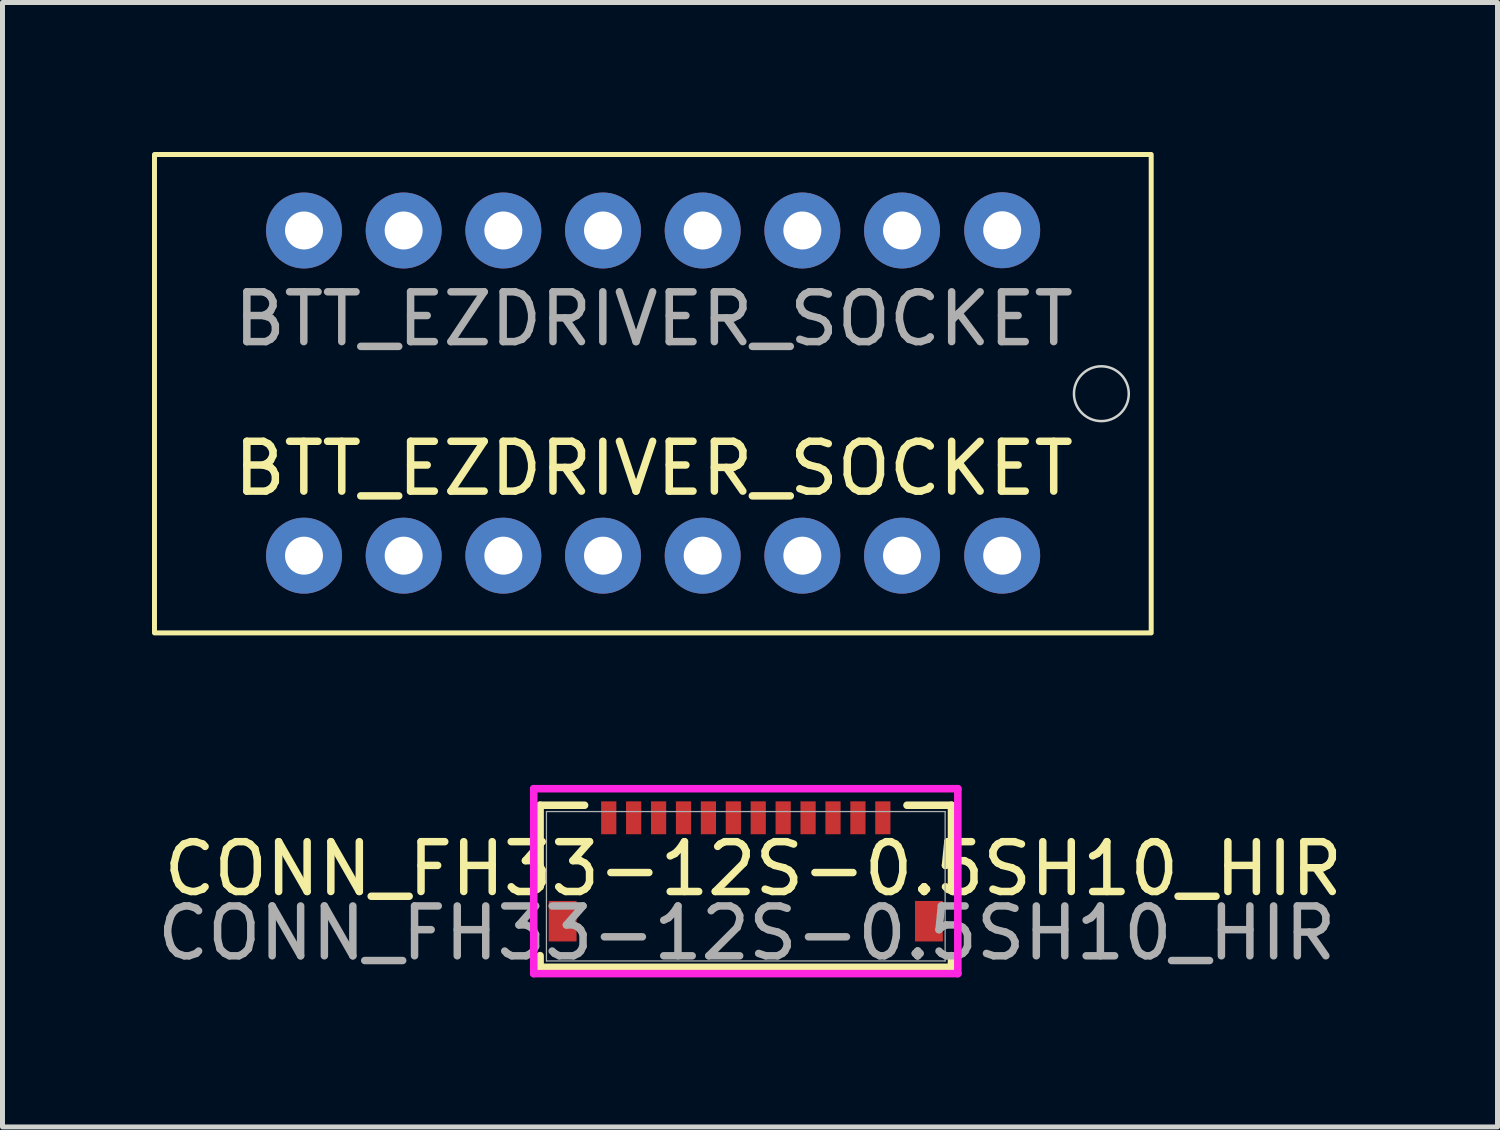
<source format=kicad_pcb>
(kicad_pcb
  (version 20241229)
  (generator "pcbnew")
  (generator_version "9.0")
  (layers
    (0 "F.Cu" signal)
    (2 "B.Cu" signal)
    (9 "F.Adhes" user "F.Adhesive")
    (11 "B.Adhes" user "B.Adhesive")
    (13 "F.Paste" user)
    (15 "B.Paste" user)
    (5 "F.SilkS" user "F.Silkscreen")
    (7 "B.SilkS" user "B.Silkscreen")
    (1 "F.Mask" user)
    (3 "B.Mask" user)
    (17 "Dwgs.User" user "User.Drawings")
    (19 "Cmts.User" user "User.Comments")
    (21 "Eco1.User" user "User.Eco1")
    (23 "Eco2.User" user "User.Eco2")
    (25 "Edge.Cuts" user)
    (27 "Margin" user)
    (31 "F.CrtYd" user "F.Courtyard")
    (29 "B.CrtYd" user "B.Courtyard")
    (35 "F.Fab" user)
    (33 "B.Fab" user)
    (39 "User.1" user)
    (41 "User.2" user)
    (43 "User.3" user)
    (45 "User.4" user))
  (footprint "CONN_FH33-12S-0.5SH10_HIR"
    (layer "F.Cu")
    (at 11.915 14.734)
    (property "Reference" "CONN_FH33-12S-0.5SH10_HIR" (at 0.15 -0.35 0) (unlocked yes) (layer "F.SilkS") (effects (font (size 1 1) (thickness 0.15))))
    (attr smd)
    (fp_line (start -4.128 -1.626) (end -4.128 0.011) (stroke (width 0.152) (type solid)) (layer "F.SilkS"))
    (fp_line (start -4.128 1.392) (end -4.128 1.626) (stroke (width 0.152) (type solid)) (layer "F.SilkS"))
    (fp_line (start -4.128 1.626) (end 4.128 1.626) (stroke (width 0.152) (type solid)) (layer "F.SilkS"))
    (fp_line (start -3.235 -1.626) (end -4.128 -1.626) (stroke (width 0.152) (type solid)) (layer "F.SilkS"))
    (fp_line (start 4.128 -1.626) (end 3.235 -1.626) (stroke (width 0.152) (type solid)) (layer "F.SilkS"))
    (fp_line (start 4.128 0.011) (end 4.128 -1.626) (stroke (width 0.152) (type solid)) (layer "F.SilkS"))
    (fp_line (start 4.128 1.626) (end 4.128 1.392) (stroke (width 0.152) (type solid)) (layer "F.SilkS"))
    (fp_line (start -4.255 -1.958) (end -4.255 1.753) (stroke (width 0.152) (type solid)) (layer "F.CrtYd"))
    (fp_line (start -4.255 1.753) (end 4.255 1.753) (stroke (width 0.152) (type solid)) (layer "F.CrtYd"))
    (fp_line (start 4.255 -1.958) (end -4.255 -1.958) (stroke (width 0.152) (type solid)) (layer "F.CrtYd"))
    (fp_line (start 4.255 1.753) (end 4.255 -1.958) (stroke (width 0.152) (type solid)) (layer "F.CrtYd"))
    (fp_line (start -4 -1.499) (end -4 1.499) (stroke (width 0.025) (type solid)) (layer "F.Fab"))
    (fp_line (start -4 1.499) (end 4 1.499) (stroke (width 0.025) (type solid)) (layer "F.Fab"))
    (fp_line (start 4 -1.499) (end -4 -1.499) (stroke (width 0.025) (type solid)) (layer "F.Fab"))
    (fp_line (start 4 1.499) (end 4 -1.499) (stroke (width 0.025) (type solid)) (layer "F.Fab"))
    (fp_text user "${REFERENCE}" (at 0.02 0.94 0) (unlocked yes) (layer "F.Fab") (effects (font (size 1 1) (thickness 0.15))))
    (pad "1" smd rect (at -2.75 -1.374) (size 0.305 0.66) (layers "F.Cu" "F.Mask" "F.Paste"))
    (pad "2" smd rect (at -2.25 -1.374) (size 0.305 0.66) (layers "F.Cu" "F.Mask" "F.Paste"))
    (pad "3" smd rect (at -1.75 -1.374) (size 0.305 0.66) (layers "F.Cu" "F.Mask" "F.Paste"))
    (pad "4" smd rect (at -1.25 -1.374) (size 0.305 0.66) (layers "F.Cu" "F.Mask" "F.Paste"))
    (pad "5" smd rect (at -0.75 -1.374) (size 0.305 0.66) (layers "F.Cu" "F.Mask" "F.Paste"))
    (pad "6" smd rect (at -0.25 -1.374) (size 0.305 0.66) (layers "F.Cu" "F.Mask" "F.Paste"))
    (pad "7" smd rect (at 0.25 -1.374) (size 0.305 0.66) (layers "F.Cu" "F.Mask" "F.Paste"))
    (pad "8" smd rect (at 0.75 -1.374) (size 0.305 0.66) (layers "F.Cu" "F.Mask" "F.Paste"))
    (pad "9" smd rect (at 1.25 -1.374) (size 0.305 0.66) (layers "F.Cu" "F.Mask" "F.Paste"))
    (pad "10" smd rect (at 1.75 -1.374) (size 0.305 0.66) (layers "F.Cu" "F.Mask" "F.Paste"))
    (pad "11" smd rect (at 2.25 -1.374) (size 0.305 0.66) (layers "F.Cu" "F.Mask" "F.Paste"))
    (pad "12" smd rect (at 2.75 -1.374) (size 0.305 0.66) (layers "F.Cu" "F.Mask" "F.Paste"))
    (pad "13" smd rect (at -3.675 0.701) (size 0.559 0.813) (layers "F.Cu" "F.Mask" "F.Paste"))
    (pad "14" smd rect (at 3.675 0.701) (size 0.559 0.813) (layers "F.Cu" "F.Mask" "F.Paste")))
  (footprint "BTT_EZDRIVER_SOCKET"
    (layer "F.Cu")
    (at 10.05 4.85)
    (property "Reference" "BTT_EZDRIVER_SOCKET" (at 0.02 1.5 0) (unlocked yes) (layer "F.SilkS") (effects (font (size 1 1) (thickness 0.15))))
    (attr through_hole)
    (fp_rect (start -10 -4.8) (end 10 4.8) (stroke (width 0.1) (type solid)) (fill no) (layer "F.SilkS"))
    (fp_circle (center 9 0) (end 8.45 0) (stroke (width 0.05) (type solid)) (fill no) (layer "Edge.Cuts"))
    (fp_text user "${REFERENCE}" (at 0.02 -1.5 0) (unlocked yes) (layer "F.Fab") (effects (font (size 1 1) (thickness 0.15))))
    (pad "1" thru_hole circle (at 7.01 -3.28 180) (size 1.524 1.524) (drill 0.762) (layers "*.Cu" "*.Mask"))
    (pad "2" thru_hole circle (at 5 -3.275 180) (size 1.524 1.524) (drill 0.762) (layers "*.Cu" "*.Mask"))
    (pad "3" thru_hole circle (at 3 -3.275 180) (size 1.524 1.524) (drill 0.762) (layers "*.Cu" "*.Mask"))
    (pad "4" thru_hole circle (at 1 -3.275 180) (size 1.524 1.524) (drill 0.762) (layers "*.Cu" "*.Mask"))
    (pad "5" thru_hole circle (at -1 -3.275 180) (size 1.524 1.524) (drill 0.762) (layers "*.Cu" "*.Mask"))
    (pad "6" thru_hole circle (at -3 -3.275 180) (size 1.524 1.524) (drill 0.762) (layers "*.Cu" "*.Mask"))
    (pad "7" thru_hole circle (at -5 -3.275 180) (size 1.524 1.524) (drill 0.762) (layers "*.Cu" "*.Mask"))
    (pad "8" thru_hole circle (at -7 -3.275 180) (size 1.524 1.524) (drill 0.762) (layers "*.Cu" "*.Mask"))
    (pad "9" thru_hole circle (at -7 3.25 180) (size 1.524 1.524) (drill 0.762) (layers "*.Cu" "*.Mask"))
    (pad "10" thru_hole circle (at -5 3.25 180) (size 1.524 1.524) (drill 0.762) (layers "*.Cu" "*.Mask"))
    (pad "11" thru_hole circle (at -3 3.25 180) (size 1.524 1.524) (drill 0.762) (layers "*.Cu" "*.Mask"))
    (pad "12" thru_hole circle (at -1 3.25 180) (size 1.524 1.524) (drill 0.762) (layers "*.Cu" "*.Mask"))
    (pad "13" thru_hole circle (at 1 3.25 180) (size 1.524 1.524) (drill 0.762) (layers "*.Cu" "*.Mask"))
    (pad "14" thru_hole circle (at 3 3.25 180) (size 1.524 1.524) (drill 0.762) (layers "*.Cu" "*.Mask"))
    (pad "15" thru_hole circle (at 5 3.25 180) (size 1.524 1.524) (drill 0.762) (layers "*.Cu" "*.Mask"))
    (pad "16" thru_hole circle (at 7.01 3.25 180) (size 1.524 1.524) (drill 0.762) (layers "*.Cu" "*.Mask")))
  (gr_rect
    (start -3 -3)
    (end 26.999 19.563)
    (stroke (width 0.1) (type default))
    (fill no)
    (layer "Edge.Cuts")))
</source>
